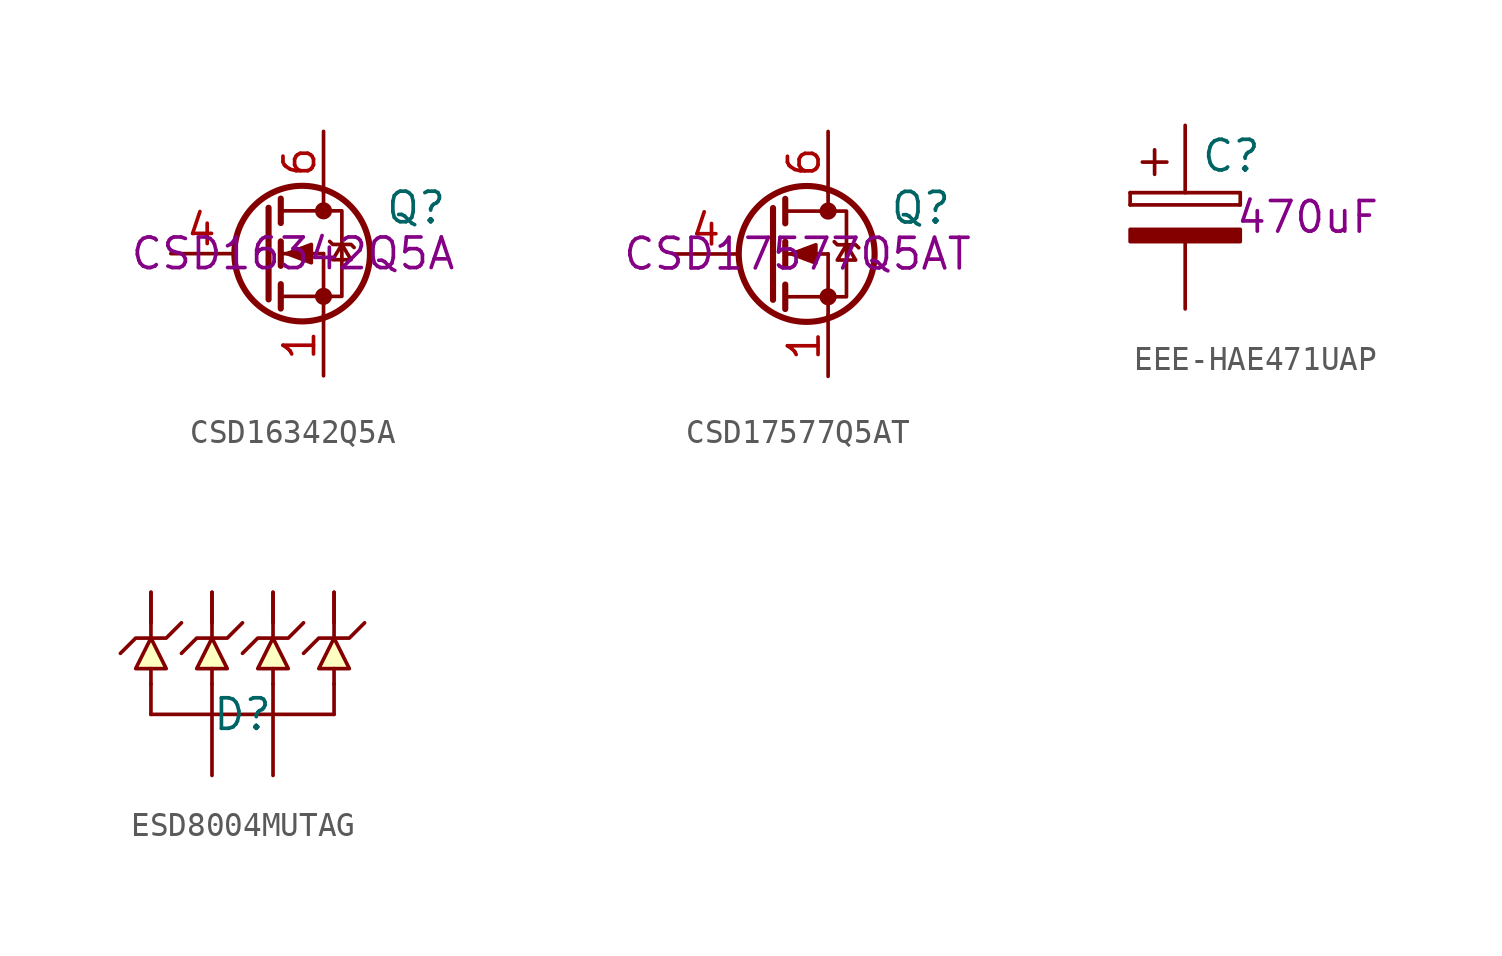
<source format=kicad_sym>
(kicad_symbol_lib
  (version 20201005)
  (generator kicad_symbol_editor)
  (symbol "mte_usb_hub:CSD16342Q5A"
    (pin_names
      (offset 0) hide)
    (property "Reference" "Q"
      (at 2.54 1.905 0)
      (effects (font (size 1.27 1.27)) (justify left)))
    (property "id" "CSD16342Q5A"
      (at -1.27 0 0)
      (effects (font (size 1.27 1.27))))
    (symbol "CSD16342Q5A_0_0"
      (pin input line (at -6.35 0 0) (length 2.54) (name "G" (effects (font (size 1.27 1.27)))) (number "4" (effects (font (size 1.27 1.27)))))
      (pin passive line (at 0 5.08 270) (length 2.54) hide (name "D" (effects (font (size 1.27 1.27)))) (number "5" (effects (font (size 1.27 1.27)))))
      (pin passive line (at 0 5.08 270) (length 2.54) (name "D" (effects (font (size 1.27 1.27)))) (number "6" (effects (font (size 1.27 1.27)))))
      (pin passive line (at 0 5.08 270) (length 2.54) hide (name "D" (effects (font (size 1.27 1.27)))) (number "7" (effects (font (size 1.27 1.27)))))
      (pin passive line (at 0 5.08 270) (length 2.54) hide (name "D" (effects (font (size 1.27 1.27)))) (number "8" (effects (font (size 1.27 1.27))))))
    (symbol "CSD16342Q5A_0_1"
      (circle (center -0.889 0) (radius 2.819) (stroke (width 0.254)) (fill (type none)))
      (circle (center 0 -1.778) (radius 0.279) (stroke (width 0)) (fill (type outline)))
      (circle (center 0 1.778) (radius 0.279) (stroke (width 0)) (fill (type outline)))
      (polyline (pts (xy -1.778 -1.778) (xy 0 -1.778)) (stroke (width 0)) (fill (type none)))
      (polyline (pts (xy -1.778 -1.27) (xy -1.778 -2.286)) (stroke (width 0.254)) (fill (type none)))
      (polyline (pts (xy -1.778 0) (xy 0 0)) (stroke (width 0)) (fill (type none)))
      (polyline (pts (xy -1.778 0.508) (xy -1.778 -0.508)) (stroke (width 0.254)) (fill (type none)))
      (polyline (pts (xy -1.778 1.778) (xy 0 1.778)) (stroke (width 0)) (fill (type none)))
      (polyline (pts (xy -1.778 2.286) (xy -1.778 1.27)) (stroke (width 0.254)) (fill (type none)))
      (polyline (pts (xy 0 -1.778) (xy 0 -2.54)) (stroke (width 0)) (fill (type none)))
      (polyline (pts (xy 0 -1.778) (xy 0 0)) (stroke (width 0)) (fill (type none)))
      (polyline (pts (xy 0 2.54) (xy 0 1.778)) (stroke (width 0)) (fill (type none)))
      (polyline (pts (xy -2.286 1.905) (xy -2.286 -1.905) (xy -2.286 -1.905)) (stroke (width 0.254)) (fill (type none)))
      (polyline (pts (xy 0 -1.778) (xy 0.762 -1.778) (xy 0.762 1.778) (xy 0 1.778)) (stroke (width 0)) (fill (type none)))
      (polyline (pts (xy 0.254 0.508) (xy 0.381 0.381) (xy 1.143 0.381) (xy 1.27 0.254)) (stroke (width 0)) (fill (type none)))
      (polyline (pts (xy 0.762 0.381) (xy 0.381 -0.254) (xy 1.143 -0.254) (xy 0.762 0.381)) (stroke (width 0)) (fill (type none)))
      (polyline (pts (xy -1.524 0) (xy -0.508 0.381) (xy -0.508 -0.381) (xy -1.524 0)) (stroke (width 0)) (fill (type outline))))
    (symbol "CSD16342Q5A_1_1"
      (pin passive line (at 0 -5.08 90) (length 2.54) (name "S" (effects (font (size 1.27 1.27)))) (number "1" (effects (font (size 1.27 1.27)))))
      (pin passive line (at 0 -5.08 90) (length 2.54) hide (name "S" (effects (font (size 1.27 1.27)))) (number "2" (effects (font (size 1.27 1.27)))))
      (pin passive line (at 0 -5.08 90) (length 2.54) hide (name "S" (effects (font (size 1.27 1.27)))) (number "3" (effects (font (size 1.27 1.27)))))))
  (symbol "mte_usb_hub:CSD17577Q5AT"
    (pin_names
      (offset 0) hide)
    (property "Reference" "Q"
      (at 2.54 1.905 0)
      (effects (font (size 1.27 1.27)) (justify left)))
    (property "id" "CSD17577Q5AT"
      (at -1.27 0 0)
      (effects (font (size 1.27 1.27))))
    (symbol "CSD17577Q5AT_0_0"
      (pin input line (at -6.35 0 0) (length 2.54) (name "G" (effects (font (size 1.27 1.27)))) (number "4" (effects (font (size 1.27 1.27)))))
      (pin passive line (at 0 5.08 270) (length 2.54) hide (name "D" (effects (font (size 1.27 1.27)))) (number "5" (effects (font (size 1.27 1.27)))))
      (pin passive line (at 0 5.08 270) (length 2.54) (name "D" (effects (font (size 1.27 1.27)))) (number "6" (effects (font (size 1.27 1.27)))))
      (pin passive line (at 0 5.08 270) (length 2.54) hide (name "D" (effects (font (size 1.27 1.27)))) (number "7" (effects (font (size 1.27 1.27)))))
      (pin passive line (at 0 5.08 270) (length 2.54) hide (name "D" (effects (font (size 1.27 1.27)))) (number "8" (effects (font (size 1.27 1.27))))))
    (symbol "CSD17577Q5AT_0_1"
      (circle (center -0.889 0) (radius 2.819) (stroke (width 0.254)) (fill (type none)))
      (circle (center 0 -1.778) (radius 0.279) (stroke (width 0)) (fill (type outline)))
      (circle (center 0 1.778) (radius 0.279) (stroke (width 0)) (fill (type outline)))
      (polyline (pts (xy -1.778 -1.778) (xy 0 -1.778)) (stroke (width 0)) (fill (type none)))
      (polyline (pts (xy -1.778 -1.27) (xy -1.778 -2.286)) (stroke (width 0.254)) (fill (type none)))
      (polyline (pts (xy -1.778 0) (xy 0 0)) (stroke (width 0)) (fill (type none)))
      (polyline (pts (xy -1.778 0.508) (xy -1.778 -0.508)) (stroke (width 0.254)) (fill (type none)))
      (polyline (pts (xy -1.778 1.778) (xy 0 1.778)) (stroke (width 0)) (fill (type none)))
      (polyline (pts (xy -1.778 2.286) (xy -1.778 1.27)) (stroke (width 0.254)) (fill (type none)))
      (polyline (pts (xy 0 -1.778) (xy 0 -2.54)) (stroke (width 0)) (fill (type none)))
      (polyline (pts (xy 0 -1.778) (xy 0 0)) (stroke (width 0)) (fill (type none)))
      (polyline (pts (xy 0 2.54) (xy 0 1.778)) (stroke (width 0)) (fill (type none)))
      (polyline (pts (xy -2.286 1.905) (xy -2.286 -1.905) (xy -2.286 -1.905)) (stroke (width 0.254)) (fill (type none)))
      (polyline (pts (xy 0 -1.778) (xy 0.762 -1.778) (xy 0.762 1.778) (xy 0 1.778)) (stroke (width 0)) (fill (type none)))
      (polyline (pts (xy 0.254 0.508) (xy 0.381 0.381) (xy 1.143 0.381) (xy 1.27 0.254)) (stroke (width 0)) (fill (type none)))
      (polyline (pts (xy 0.762 0.381) (xy 0.381 -0.254) (xy 1.143 -0.254) (xy 0.762 0.381)) (stroke (width 0)) (fill (type none)))
      (polyline (pts (xy -1.524 0) (xy -0.508 0.381) (xy -0.508 -0.381) (xy -1.524 0)) (stroke (width 0)) (fill (type outline))))
    (symbol "CSD17577Q5AT_1_1"
      (pin passive line (at 0 -5.08 90) (length 2.54) (name "S" (effects (font (size 1.27 1.27)))) (number "1" (effects (font (size 1.27 1.27)))))
      (pin passive line (at 0 -5.08 90) (length 2.54) hide (name "S" (effects (font (size 1.27 1.27)))) (number "2" (effects (font (size 1.27 1.27)))))
      (pin passive line (at 0 -5.08 90) (length 2.54) hide (name "S" (effects (font (size 1.27 1.27)))) (number "3" (effects (font (size 1.27 1.27)))))))
  (symbol "mte_usb_hub:EEE-HAE471UAP"
    (pin_numbers hide)
    (pin_names
      (offset 0.254))
    (property "Reference" "C"
      (at 0.635 2.54 0)
      (effects (font (size 1.27 1.27)) (justify left)))
    (property "id" "470uF"
      (at 5.08 0 0)
      (effects (font (size 1.27 1.27))))
    (symbol "EEE-HAE471UAP_0_1"
      (rectangle (start -2.286 0.508) (end -2.286 1.016) (stroke (width 0)) (fill (type none)))
      (rectangle (start -2.286 0.508) (end 2.286 0.508) (stroke (width 0)) (fill (type none)))
      (rectangle (start 2.286 1.016) (end -2.286 1.016) (stroke (width 0)) (fill (type none)))
      (rectangle (start 2.286 1.016) (end 2.286 0.508) (stroke (width 0)) (fill (type none)))
      (rectangle (start 2.286 -0.508) (end -2.286 -1.016) (stroke (width 0)) (fill (type outline)))
      (polyline (pts (xy -1.778 2.286) (xy -0.762 2.286)) (stroke (width 0)) (fill (type none)))
      (polyline (pts (xy -1.27 2.794) (xy -1.27 1.778)) (stroke (width 0)) (fill (type none))))
    (symbol "EEE-HAE471UAP_1_1"
      (pin passive line (at 0 3.81 270) (length 2.794) (name "~" (effects (font (size 1.27 1.27)))) (number "1" (effects (font (size 1.27 1.27)))))
      (pin passive line (at 0 -3.81 90) (length 2.794) (name "~" (effects (font (size 1.27 1.27)))) (number "2" (effects (font (size 1.27 1.27)))))))
  (symbol "mte_usb_hub:ESD8004MUTAG"
    (pin_numbers hide)
    (pin_names
      (offset 1.016) hide)
    (property "Reference" "D"
      (at 0 0 0)
      (effects (font (size 1.27 1.27))))
    (symbol "ESD8004MUTAG_0_1"
      (polyline (pts (xy -3.81 0) (xy 3.81 0)) (stroke (width 0)) (fill (type none)))
      (polyline (pts (xy -3.81 1.27) (xy -3.81 0)) (stroke (width 0)) (fill (type none)))
      (polyline (pts (xy -3.81 1.905) (xy -3.81 1.27)) (stroke (width 0)) (fill (type none)))
      (polyline (pts (xy -3.81 3.175) (xy -3.81 3.81)) (stroke (width 0)) (fill (type none)))
      (polyline (pts (xy 1.27 1.27) (xy 1.27 0)) (stroke (width 0)) (fill (type none)))
      (polyline (pts (xy 1.27 1.905) (xy 1.27 1.27)) (stroke (width 0)) (fill (type none)))
      (polyline (pts (xy 1.27 3.175) (xy 1.27 3.81)) (stroke (width 0)) (fill (type none)))
      (polyline (pts (xy -3.81 3.175) (xy -4.445 3.175) (xy -5.08 2.54)) (stroke (width 0)) (fill (type none)))
      (polyline (pts (xy -3.81 3.175) (xy -3.175 3.175) (xy -2.54 3.81)) (stroke (width 0)) (fill (type none)))
      (polyline (pts (xy 1.27 3.175) (xy 0.635 3.175) (xy 0 2.54)) (stroke (width 0)) (fill (type none)))
      (polyline (pts (xy 1.27 3.175) (xy 1.905 3.175) (xy 2.54 3.81)) (stroke (width 0)) (fill (type none)))
      (polyline (pts (xy -3.81 3.175) (xy -4.445 1.905) (xy -3.175 1.905) (xy -3.81 3.175)) (stroke (width 0)) (fill (type background)))
      (polyline (pts (xy 1.27 3.175) (xy 0.635 1.905) (xy 1.905 1.905) (xy 1.27 3.175)) (stroke (width 0)) (fill (type background))))
    (symbol "ESD8004MUTAG_1_1"
      (polyline (pts (xy -1.27 1.27) (xy -1.27 0)) (stroke (width 0)) (fill (type none)))
      (polyline (pts (xy -1.27 1.905) (xy -1.27 1.27)) (stroke (width 0)) (fill (type none)))
      (polyline (pts (xy -1.27 3.175) (xy -1.27 3.81)) (stroke (width 0)) (fill (type none)))
      (polyline (pts (xy 3.81 1.27) (xy 3.81 0)) (stroke (width 0)) (fill (type none)))
      (polyline (pts (xy 3.81 1.905) (xy 3.81 1.27)) (stroke (width 0)) (fill (type none)))
      (polyline (pts (xy 3.81 3.175) (xy 3.81 3.81)) (stroke (width 0)) (fill (type none)))
      (polyline (pts (xy -1.27 3.175) (xy -1.905 3.175) (xy -2.54 2.54)) (stroke (width 0)) (fill (type none)))
      (polyline (pts (xy -1.27 3.175) (xy -0.635 3.175) (xy 0 3.81)) (stroke (width 0)) (fill (type none)))
      (polyline (pts (xy 3.81 3.175) (xy 3.175 3.175) (xy 2.54 2.54)) (stroke (width 0)) (fill (type none)))
      (polyline (pts (xy 3.81 3.175) (xy 4.445 3.175) (xy 5.08 3.81)) (stroke (width 0)) (fill (type none)))
      (polyline (pts (xy -1.27 3.175) (xy -1.905 1.905) (xy -0.635 1.905) (xy -1.27 3.175)) (stroke (width 0)) (fill (type background)))
      (polyline (pts (xy 3.81 3.175) (xy 3.175 1.905) (xy 4.445 1.905) (xy 3.81 3.175)) (stroke (width 0)) (fill (type background)))
      (pin passive line (at -3.81 5.08 270) (length 1.27) (name "~" (effects (font (size 1.27 1.27)))) (number "1" (effects (font (size 1.27 1.27)))))
      (pin passive line (at -3.81 5.08 270) (length 1.27) (name "~" (effects (font (size 1.27 1.27)))) (number "10" (effects (font (size 1.27 1.27)))))
      (pin passive line (at -1.27 5.08 270) (length 1.27) (name "~" (effects (font (size 1.27 1.27)))) (number "2" (effects (font (size 1.27 1.27)))))
      (pin passive line (at -1.27 -2.54 90) (length 2.54) (name "~" (effects (font (size 1.27 1.27)))) (number "3" (effects (font (size 1.27 1.27)))))
      (pin passive line (at 1.27 5.08 270) (length 1.27) (name "~" (effects (font (size 1.27 1.27)))) (number "4" (effects (font (size 1.27 1.27)))))
      (pin passive line (at 3.81 5.08 270) (length 1.27) (name "~" (effects (font (size 1.27 1.27)))) (number "5" (effects (font (size 1.27 1.27)))))
      (pin passive line (at 3.81 5.08 270) (length 1.27) (name "~" (effects (font (size 1.27 1.27)))) (number "6" (effects (font (size 1.27 1.27)))))
      (pin passive line (at 1.27 5.08 270) (length 1.27) (name "~" (effects (font (size 1.27 1.27)))) (number "7" (effects (font (size 1.27 1.27)))))
      (pin passive line (at 1.27 -2.54 90) (length 2.54) (name "~" (effects (font (size 1.27 1.27)))) (number "8" (effects (font (size 1.27 1.27)))))
      (pin passive line (at -1.27 5.08 270) (length 1.27) (name "~" (effects (font (size 1.27 1.27)))) (number "9" (effects (font (size 1.27 1.27))))))))
</source>
